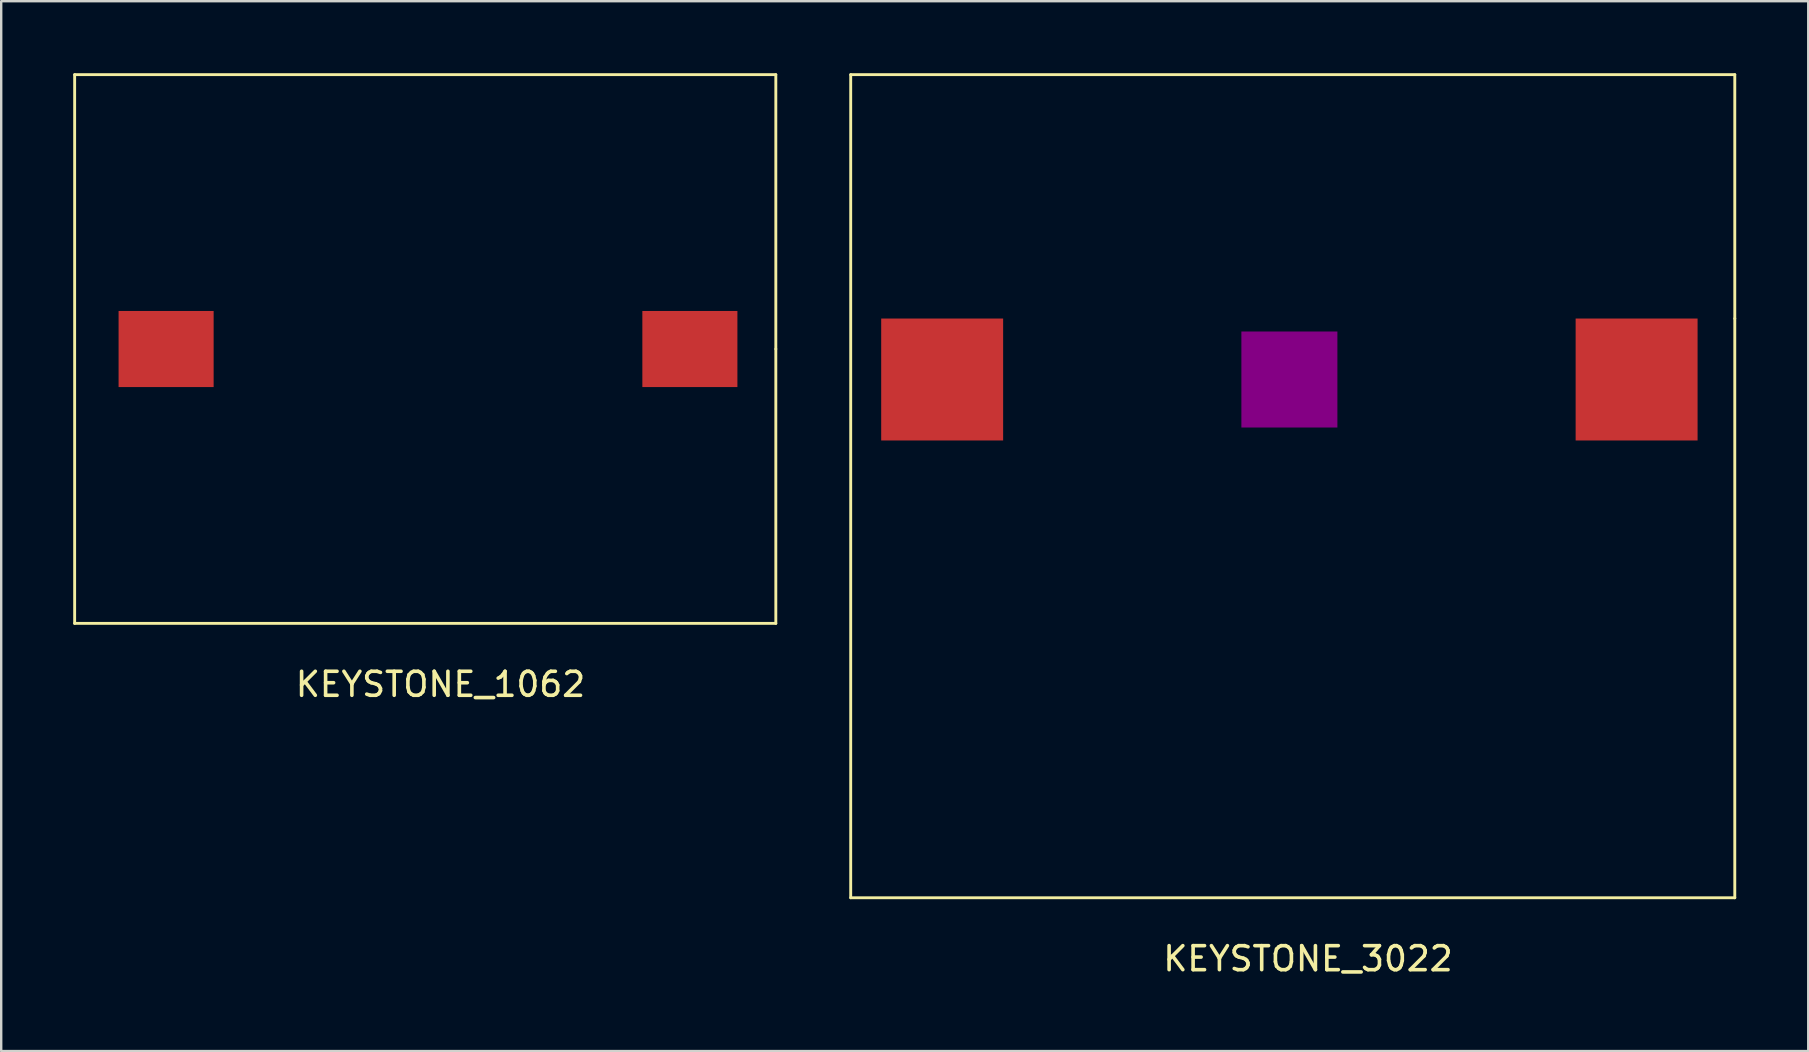
<source format=kicad_pcb>
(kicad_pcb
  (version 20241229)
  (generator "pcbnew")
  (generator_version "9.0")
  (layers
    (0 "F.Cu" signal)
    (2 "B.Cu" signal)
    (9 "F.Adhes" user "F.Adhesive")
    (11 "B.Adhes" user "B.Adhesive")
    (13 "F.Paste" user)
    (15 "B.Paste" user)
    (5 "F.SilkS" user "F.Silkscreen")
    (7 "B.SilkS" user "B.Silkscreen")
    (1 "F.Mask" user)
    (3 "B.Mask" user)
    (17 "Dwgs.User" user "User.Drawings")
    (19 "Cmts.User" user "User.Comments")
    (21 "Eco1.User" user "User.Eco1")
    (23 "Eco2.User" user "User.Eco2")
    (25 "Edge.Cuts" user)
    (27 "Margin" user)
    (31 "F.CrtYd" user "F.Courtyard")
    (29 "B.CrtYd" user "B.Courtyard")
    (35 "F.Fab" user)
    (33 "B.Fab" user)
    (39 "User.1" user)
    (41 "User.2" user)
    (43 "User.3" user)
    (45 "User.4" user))
  (footprint "KEYSTONE_1062"
    (layer "F.Cu")
    (at 3.87 11.49)
    (property "Reference" "KEYSTONE_1062" (at 11.43 13.97 0) (layer "F.SilkS") (effects (font (size 1 1) (thickness 0.15))))
    (attr through_hole)
    (fp_line (start -3.81 -11.43) (end -3.81 11.43) (stroke (width 0.12) (type solid)) (layer "F.SilkS"))
    (fp_line (start -3.81 11.43) (end 25.4 11.43) (stroke (width 0.12) (type solid)) (layer "F.SilkS"))
    (fp_line (start 25.4 -11.43) (end -3.81 -11.43) (stroke (width 0.12) (type solid)) (layer "F.SilkS"))
    (fp_line (start 25.4 0) (end 25.4 -11.43) (stroke (width 0.12) (type solid)) (layer "F.SilkS"))
    (fp_line (start 25.4 11.43) (end 25.4 0) (stroke (width 0.12) (type solid)) (layer "F.SilkS"))
    (pad "1" smd rect (at 0 0) (size 3.96 3.17) (layers "F.Cu" "F.Mask" "F.Paste"))
    (pad "2" smd rect (at 21.82 0) (size 3.96 3.17) (layers "F.Cu" "F.Mask" "F.Paste")))
  (footprint "KEYSTONE_3022"
    (layer "F.Cu")
    (at 36.2 12.76)
    (property "Reference" "KEYSTONE_3022" (at 15.24 24.13 0) (layer "F.SilkS") (effects (font (size 1 1) (thickness 0.15))))
    (attr through_hole)
    (fp_line (start -3.81 -12.7) (end -3.81 21.59) (stroke (width 0.12) (type solid)) (layer "F.SilkS"))
    (fp_line (start -3.81 21.59) (end 33.02 21.59) (stroke (width 0.12) (type solid)) (layer "F.SilkS"))
    (fp_line (start 33.02 -12.7) (end -3.81 -12.7) (stroke (width 0.12) (type solid)) (layer "F.SilkS"))
    (fp_line (start 33.02 -2.54) (end 33.02 -12.7) (stroke (width 0.12) (type solid)) (layer "F.SilkS"))
    (fp_line (start 33.02 21.59) (end 33.02 -2.54) (stroke (width 0.12) (type solid)) (layer "F.SilkS"))
    (pad "" smd rect (at 14.465 0) (size 4 4) (layers "F.Mask" "F.Adhes" "F.Paste"))
    (pad "1" smd rect (at 0 0) (size 5.08 5.08) (layers "F.Cu" "F.Mask" "F.Paste"))
    (pad "2" smd rect (at 28.93 0) (size 5.08 5.08) (layers "F.Cu" "F.Mask" "F.Paste")))
  (gr_rect
    (start -3 -3)
    (end 72.28 40.738)
    (stroke (width 0.1) (type default))
    (fill no)
    (layer "Edge.Cuts")))
</source>
